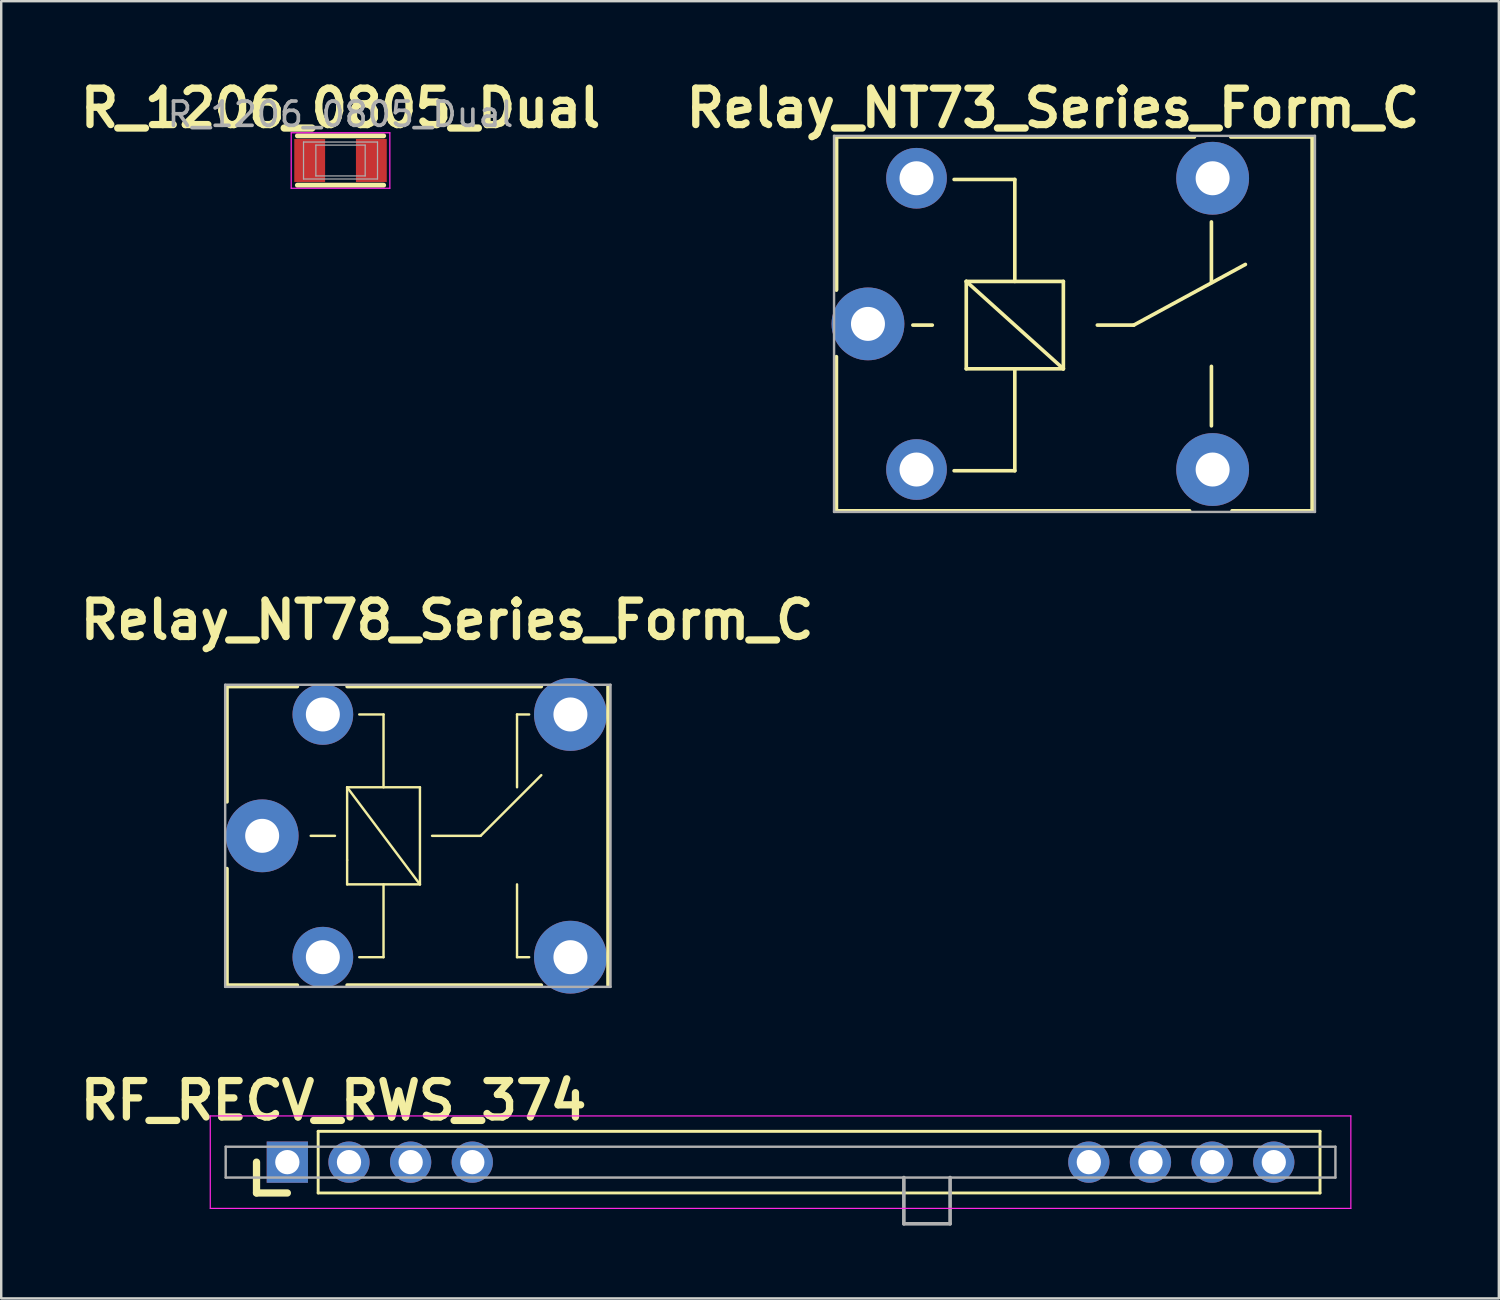
<source format=kicad_pcb>
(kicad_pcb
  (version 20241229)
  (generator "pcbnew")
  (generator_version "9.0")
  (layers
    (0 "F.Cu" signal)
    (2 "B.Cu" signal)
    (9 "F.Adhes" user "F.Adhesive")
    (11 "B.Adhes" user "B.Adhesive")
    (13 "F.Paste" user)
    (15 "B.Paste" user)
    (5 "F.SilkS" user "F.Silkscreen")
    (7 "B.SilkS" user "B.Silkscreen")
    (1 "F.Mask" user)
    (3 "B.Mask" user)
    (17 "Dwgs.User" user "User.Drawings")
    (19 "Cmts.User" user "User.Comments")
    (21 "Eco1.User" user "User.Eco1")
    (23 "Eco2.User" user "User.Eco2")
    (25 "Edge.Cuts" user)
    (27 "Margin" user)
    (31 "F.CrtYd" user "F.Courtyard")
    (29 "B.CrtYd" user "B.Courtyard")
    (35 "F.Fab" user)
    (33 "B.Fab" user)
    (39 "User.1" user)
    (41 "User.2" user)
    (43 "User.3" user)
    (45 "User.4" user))
  (footprint "R_1206_0805_Dual"
    (layer "F.Cu")
    (at 10.979 3.563)
    (property "Reference" "R_1206_0805_Dual" (at 0 -2.159 0) (layer "F.SilkS") (effects (font (size 1.5 1.5) (thickness 0.3))))
    (attr smd)
    (fp_line (start -1.778 -1.016) (end 1.778 -1.016) (stroke (width 0.2) (type solid)) (layer "F.SilkS"))
    (fp_line (start -1.778 1.016) (end 1.778 1.016) (stroke (width 0.2) (type solid)) (layer "F.SilkS"))
    (fp_line (start -2.032 -1.143) (end -2.032 1.143) (stroke (width 0.051) (type solid)) (layer "F.CrtYd"))
    (fp_line (start -2.032 -1.143) (end 2.032 -1.143) (stroke (width 0.051) (type solid)) (layer "F.CrtYd"))
    (fp_line (start -2.032 1.143) (end 2.032 1.143) (stroke (width 0.051) (type solid)) (layer "F.CrtYd"))
    (fp_line (start 2.032 -1.143) (end 2.032 1.143) (stroke (width 0.051) (type solid)) (layer "F.CrtYd"))
    (fp_line (start -1.524 -0.762) (end 1.524 -0.762) (stroke (width 0.051) (type solid)) (layer "F.Fab"))
    (fp_line (start -1.524 0.762) (end -1.524 -0.762) (stroke (width 0.051) (type solid)) (layer "F.Fab"))
    (fp_line (start -1.016 0.635) (end -1.016 -0.635) (stroke (width 0.051) (type solid)) (layer "F.Fab"))
    (fp_line (start 1.016 -0.635) (end -1.016 -0.635) (stroke (width 0.051) (type solid)) (layer "F.Fab"))
    (fp_line (start 1.016 0.635) (end -1.016 0.635) (stroke (width 0.051) (type solid)) (layer "F.Fab"))
    (fp_line (start 1.016 0.635) (end 1.016 -0.635) (stroke (width 0.051) (type solid)) (layer "F.Fab"))
    (fp_line (start 1.524 -0.762) (end 1.524 0.762) (stroke (width 0.051) (type solid)) (layer "F.Fab"))
    (fp_line (start 1.524 0.762) (end -1.524 0.762) (stroke (width 0.051) (type solid)) (layer "F.Fab"))
    (fp_text user "${REFERENCE}" (at 0 -1.905 0) (layer "F.Fab") (effects (font (size 1 1) (thickness 0.15))))
    (pad "1" smd rect (at -1.27 0) (size 1.27 1.778) (layers "F.Cu" "F.Mask" "F.Paste"))
    (pad "2" smd rect (at 1.27 0) (size 1.27 1.778) (layers "F.Cu" "F.Mask" "F.Paste")))
  (footprint "RF_RECV_RWS_374"
    (layer "F.Cu")
    (at 29.108 44.829)
    (property "Reference" "RF_RECV_RWS_374" (at -18.415 -2.54 0) (layer "F.SilkS") (effects (font (size 1.5 1.5) (thickness 0.3))))
    (attr through_hole)
    (fp_line (start -21.59 1.27) (end -21.59 0) (stroke (width 0.3) (type solid)) (layer "F.SilkS"))
    (fp_line (start -20.32 1.27) (end -21.59 1.27) (stroke (width 0.3) (type solid)) (layer "F.SilkS"))
    (fp_line (start -19.05 -1.27) (end 22.225 -1.27) (stroke (width 0.12) (type solid)) (layer "F.SilkS"))
    (fp_line (start -19.05 1.27) (end -19.05 -1.27) (stroke (width 0.12) (type solid)) (layer "F.SilkS"))
    (fp_line (start -19.05 1.27) (end 22.225 1.27) (stroke (width 0.12) (type solid)) (layer "F.SilkS"))
    (fp_line (start 22.225 1.27) (end 22.225 -1.27) (stroke (width 0.12) (type solid)) (layer "F.SilkS"))
    (fp_line (start -23.495 -1.905) (end -23.495 1.905) (stroke (width 0.05) (type solid)) (layer "F.CrtYd"))
    (fp_line (start -23.495 1.905) (end 23.495 1.905) (stroke (width 0.05) (type solid)) (layer "F.CrtYd"))
    (fp_line (start 23.495 -1.905) (end -23.495 -1.905) (stroke (width 0.05) (type solid)) (layer "F.CrtYd"))
    (fp_line (start 23.495 1.905) (end 23.495 -1.905) (stroke (width 0.05) (type solid)) (layer "F.CrtYd"))
    (fp_line (start -22.86 -0.635) (end 22.86 -0.635) (stroke (width 0.1) (type solid)) (layer "F.Fab"))
    (fp_line (start -22.86 0.635) (end -22.86 -0.635) (stroke (width 0.1) (type solid)) (layer "F.Fab"))
    (fp_line (start 5.08 0.635) (end 5.08 2.54) (stroke (width 0.15) (type solid)) (layer "F.Fab"))
    (fp_line (start 5.08 2.54) (end 6.985 2.54) (stroke (width 0.15) (type solid)) (layer "F.Fab"))
    (fp_line (start 6.985 2.54) (end 6.985 0.635) (stroke (width 0.15) (type solid)) (layer "F.Fab"))
    (fp_line (start 22.86 -0.635) (end 22.86 0.635) (stroke (width 0.1) (type solid)) (layer "F.Fab"))
    (fp_line (start 22.86 0.635) (end -22.86 0.635) (stroke (width 0.1) (type solid)) (layer "F.Fab"))
    (pad "1" thru_hole rect (at -20.32 0 90) (size 1.7 1.7) (drill 1) (layers "*.Cu" "*.Mask"))
    (pad "1" thru_hole oval (at 15.24 0 90) (size 1.7 1.7) (drill 1) (layers "*.Cu" "*.Mask"))
    (pad "1" thru_hole oval (at 17.78 0 90) (size 1.7 1.7) (drill 1) (layers "*.Cu" "*.Mask"))
    (pad "2" thru_hole oval (at -17.78 0 90) (size 1.7 1.7) (drill 1) (layers "*.Cu" "*.Mask"))
    (pad "3" thru_hole oval (at -15.24 0 90) (size 1.7 1.7) (drill 1) (layers "*.Cu" "*.Mask"))
    (pad "4" thru_hole oval (at -12.7 0 90) (size 1.7 1.7) (drill 1) (layers "*.Cu" "*.Mask"))
    (pad "4" thru_hole oval (at 12.7 0 90) (size 1.7 1.7) (drill 1) (layers "*.Cu" "*.Mask"))
    (pad "5" thru_hole oval (at 20.32 0 90) (size 1.7 1.7) (drill 1) (layers "*.Cu" "*.Mask")))
  (footprint "Relay_NT73_Series_Form_C"
    (layer "F.Cu")
    (at 32.709 10.294)
    (property "Reference" "Relay_NT73_Series_Form_C" (at 7.62 -8.89 0) (layer "F.SilkS") (effects (font (size 1.5 1.5) (thickness 0.3))))
    (attr through_hole)
    (fp_line (start -1.3 -7.7) (end 13.45 -7.7) (stroke (width 0.15) (type solid)) (layer "F.SilkS"))
    (fp_line (start -1.3 -7.65) (end -1.3 -1.4) (stroke (width 0.15) (type solid)) (layer "F.SilkS"))
    (fp_line (start -1.3 -1.4) (end -1.3 -7.7) (stroke (width 0.15) (type solid)) (layer "F.SilkS"))
    (fp_line (start -1.3 1.35) (end -1.3 7.7) (stroke (width 0.15) (type solid)) (layer "F.SilkS"))
    (fp_line (start -1.3 7.7) (end 13.25 7.7) (stroke (width 0.15) (type solid)) (layer "F.SilkS"))
    (fp_line (start 2.65 0.05) (end 1.85 0.05) (stroke (width 0.15) (type solid)) (layer "F.SilkS"))
    (fp_line (start 3.55 6.05) (end 6.05 6.05) (stroke (width 0.15) (type solid)) (layer "F.SilkS"))
    (fp_line (start 4.05 -1.75) (end 8.05 -1.75) (stroke (width 0.15) (type solid)) (layer "F.SilkS"))
    (fp_line (start 4.05 1.85) (end 4.05 -1.75) (stroke (width 0.15) (type solid)) (layer "F.SilkS"))
    (fp_line (start 6.05 -5.95) (end 3.55 -5.95) (stroke (width 0.15) (type solid)) (layer "F.SilkS"))
    (fp_line (start 6.05 -5.95) (end 6.05 -1.75) (stroke (width 0.15) (type solid)) (layer "F.SilkS"))
    (fp_line (start 6.05 1.85) (end 6.05 6.05) (stroke (width 0.15) (type solid)) (layer "F.SilkS"))
    (fp_line (start 8.05 -1.75) (end 8.05 1.85) (stroke (width 0.15) (type solid)) (layer "F.SilkS"))
    (fp_line (start 8.05 1.85) (end 4.05 -1.75) (stroke (width 0.15) (type solid)) (layer "F.SilkS"))
    (fp_line (start 8.05 1.85) (end 4.05 1.85) (stroke (width 0.15) (type solid)) (layer "F.SilkS"))
    (fp_line (start 9.45 0.05) (end 10.95 0.05) (stroke (width 0.15) (type solid)) (layer "F.SilkS"))
    (fp_line (start 10.95 0.05) (end 15.55 -2.45) (stroke (width 0.15) (type solid)) (layer "F.SilkS"))
    (fp_line (start 14.15 -4.2) (end 14.15 -1.7) (stroke (width 0.15) (type solid)) (layer "F.SilkS"))
    (fp_line (start 14.15 4.2) (end 14.15 1.75) (stroke (width 0.15) (type solid)) (layer "F.SilkS"))
    (fp_line (start 15 7.7) (end 18.3 7.7) (stroke (width 0.15) (type solid)) (layer "F.SilkS"))
    (fp_line (start 18.3 -7.7) (end 14.95 -7.7) (stroke (width 0.15) (type solid)) (layer "F.SilkS"))
    (fp_line (start 18.3 7.7) (end 18.3 -7.7) (stroke (width 0.15) (type solid)) (layer "F.SilkS"))
    (fp_line (start -1.397 -7.747) (end 18.415 -7.747) (stroke (width 0.1) (type solid)) (layer "F.Fab"))
    (fp_line (start -1.397 7.747) (end -1.397 -7.747) (stroke (width 0.1) (type solid)) (layer "F.Fab"))
    (fp_line (start 18.415 -7.747) (end 18.415 7.747) (stroke (width 0.1) (type solid)) (layer "F.Fab"))
    (fp_line (start 18.415 7.747) (end -1.397 7.747) (stroke (width 0.1) (type solid)) (layer "F.Fab"))
    (pad "1" thru_hole circle (at 0 0 90) (size 3 3) (drill 1.4) (layers "*.Cu" "*.Mask"))
    (pad "2" thru_hole circle (at 2 6 90) (size 2.5 2.5) (drill 1.4) (layers "*.Cu" "*.Mask"))
    (pad "3" thru_hole circle (at 14.2 6 90) (size 3 3) (drill 1.4) (layers "*.Cu" "*.Mask"))
    (pad "4" thru_hole circle (at 14.2 -6 90) (size 3 3) (drill 1.4) (layers "*.Cu" "*.Mask"))
    (pad "5" thru_hole circle (at 2 -6 90) (size 2.5 2.5) (drill 1.4) (layers "*.Cu" "*.Mask")))
  (footprint "Relay_NT78_Series_Form_C"
    (layer "F.Cu")
    (at 7.751 31.385)
    (property "Reference" "Relay_NT78_Series_Form_C" (at 7.62 -8.89 0) (layer "F.SilkS") (effects (font (size 1.5 1.5) (thickness 0.3))))
    (attr through_hole)
    (fp_line (start -1.45 -1.4) (end -1.45 -6.15) (stroke (width 0.15) (type solid)) (layer "F.SilkS"))
    (fp_line (start -1.45 1.35) (end -1.45 6.15) (stroke (width 0.15) (type solid)) (layer "F.SilkS"))
    (fp_line (start -1.45 6.15) (end 1.45 6.15) (stroke (width 0.15) (type solid)) (layer "F.SilkS"))
    (fp_line (start 1.45 -6.15) (end -1.45 -6.15) (stroke (width 0.15) (type solid)) (layer "F.SilkS"))
    (fp_line (start 3 0) (end 2 0) (stroke (width 0.1) (type solid)) (layer "F.SilkS"))
    (fp_line (start 3.5 -6.15) (end 11.5 -6.15) (stroke (width 0.15) (type solid)) (layer "F.SilkS"))
    (fp_line (start 3.5 -2) (end 3.5 1) (stroke (width 0.1) (type solid)) (layer "F.SilkS"))
    (fp_line (start 3.5 -2) (end 6.5 2) (stroke (width 0.1) (type solid)) (layer "F.SilkS"))
    (fp_line (start 3.5 1) (end 3.5 2) (stroke (width 0.1) (type solid)) (layer "F.SilkS"))
    (fp_line (start 3.5 2) (end 6.5 2) (stroke (width 0.1) (type solid)) (layer "F.SilkS"))
    (fp_line (start 3.5 6.15) (end 11.5 6.15) (stroke (width 0.15) (type solid)) (layer "F.SilkS"))
    (fp_line (start 4 -5) (end 5 -5) (stroke (width 0.1) (type solid)) (layer "F.SilkS"))
    (fp_line (start 4 5) (end 5 5) (stroke (width 0.1) (type solid)) (layer "F.SilkS"))
    (fp_line (start 5 -5) (end 5 -2) (stroke (width 0.1) (type solid)) (layer "F.SilkS"))
    (fp_line (start 5 5) (end 5 2) (stroke (width 0.1) (type solid)) (layer "F.SilkS"))
    (fp_line (start 6.5 -2) (end 3.5 -2) (stroke (width 0.1) (type solid)) (layer "F.SilkS"))
    (fp_line (start 6.5 2) (end 6.5 -2) (stroke (width 0.1) (type solid)) (layer "F.SilkS"))
    (fp_line (start 7 0) (end 9 0) (stroke (width 0.1) (type solid)) (layer "F.SilkS"))
    (fp_line (start 9 0) (end 11.5 -2.5) (stroke (width 0.1) (type solid)) (layer "F.SilkS"))
    (fp_line (start 10.5 -5) (end 10.5 -2) (stroke (width 0.1) (type solid)) (layer "F.SilkS"))
    (fp_line (start 10.5 2) (end 10.5 5) (stroke (width 0.1) (type solid)) (layer "F.SilkS"))
    (fp_line (start 10.5 5) (end 11 5) (stroke (width 0.1) (type solid)) (layer "F.SilkS"))
    (fp_line (start 11 -5) (end 10.5 -5) (stroke (width 0.1) (type solid)) (layer "F.SilkS"))
    (fp_line (start 14.25 6.15) (end 14.25 -6.15) (stroke (width 0.15) (type solid)) (layer "F.SilkS"))
    (fp_line (start -1.524 -6.223) (end 14.351 -6.223) (stroke (width 0.1) (type solid)) (layer "F.Fab"))
    (fp_line (start -1.524 6.223) (end -1.524 -6.223) (stroke (width 0.1) (type solid)) (layer "F.Fab"))
    (fp_line (start 14.351 -6.223) (end 14.351 6.223) (stroke (width 0.1) (type solid)) (layer "F.Fab"))
    (fp_line (start 14.351 6.223) (end -1.524 6.223) (stroke (width 0.1) (type solid)) (layer "F.Fab"))
    (pad "1" thru_hole circle (at 0 0 90) (size 3 3) (drill 1.4) (layers "*.Cu" "*.Mask"))
    (pad "2" thru_hole circle (at 2.5 5 90) (size 2.5 2.5) (drill 1.4) (layers "*.Cu" "*.Mask"))
    (pad "3" thru_hole circle (at 12.7 5 90) (size 3 3) (drill 1.4) (layers "*.Cu" "*.Mask"))
    (pad "4" thru_hole circle (at 12.7 -5 90) (size 3 3) (drill 1.4) (layers "*.Cu" "*.Mask"))
    (pad "5" thru_hole circle (at 2.5 -5 90) (size 2.5 2.5) (drill 1.4) (layers "*.Cu" "*.Mask")))
  (gr_rect
    (start -3 -3)
    (end 58.7 50.444)
    (stroke (width 0.1) (type default))
    (fill no)
    (layer "Edge.Cuts")))
</source>
